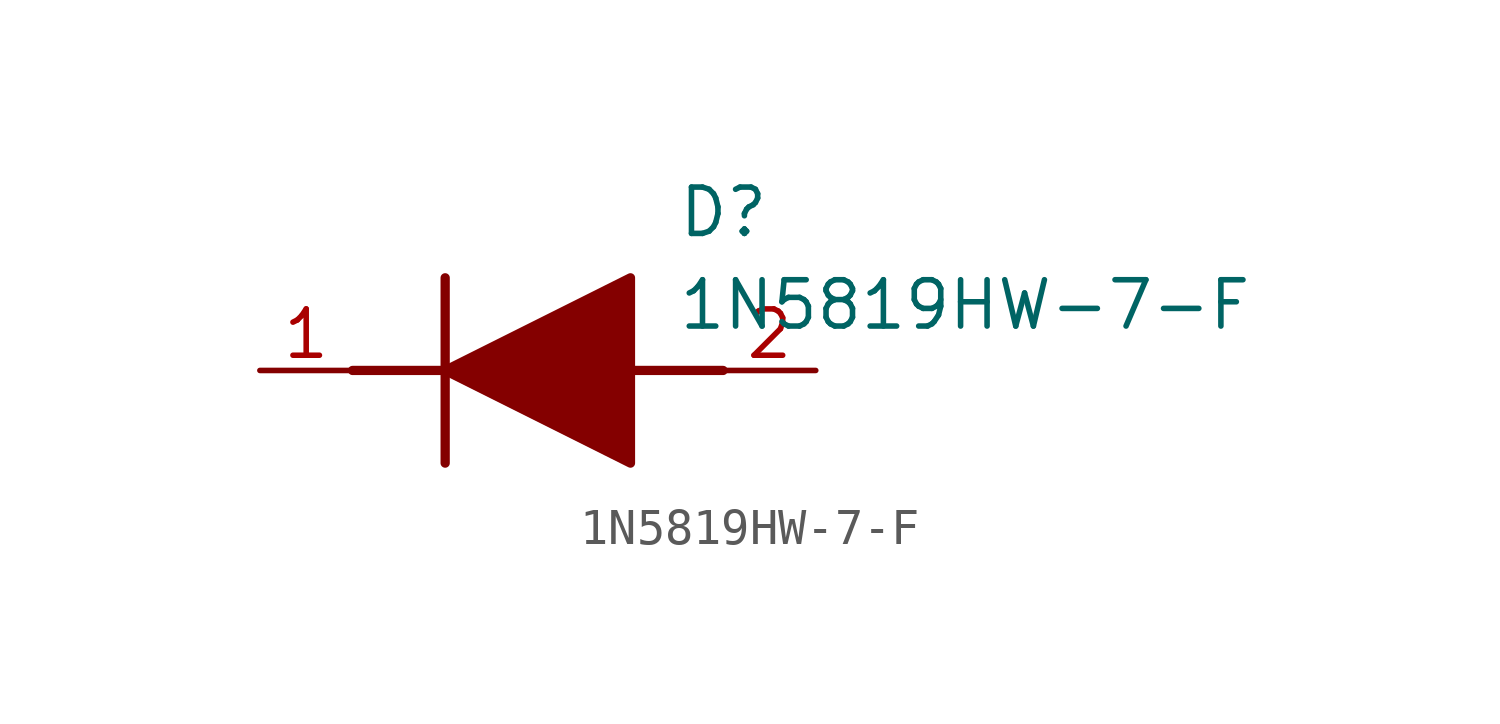
<source format=kicad_sym>
(kicad_symbol_lib
  (version 20241209)
  (generator "kicad_symbol_editor")
  (generator_version "9.0")
  (symbol "1N5819HW-7-F"
    (pin_names
      (hide yes))
    (property "Reference" "D"
      (at 11.43 5.08 0)
      (effects (font (size 1.27 1.27)) (justify left top)))
    (property "Value" "1N5819HW-7-F"
      (at 11.43 2.54 0)
      (effects (font (size 1.27 1.27)) (justify left top)))
    (symbol "1N5819HW-7-F_1_1"
      (polyline (pts (xy 2.54 0) (xy 5.08 0)) (stroke (width 0.254) (type default)) (fill (type none)))
      (polyline (pts (xy 5.08 2.54) (xy 5.08 -2.54)) (stroke (width 0.254) (type default)) (fill (type none)))
      (polyline (pts (xy 5.08 0) (xy 10.16 2.54) (xy 10.16 -2.54) (xy 5.08 0)) (stroke (width 0.254) (type default)) (fill (type outline)))
      (polyline (pts (xy 10.16 0) (xy 12.7 0)) (stroke (width 0.254) (type default)) (fill (type none)))
      (pin passive line (at 0 0 0) (length 2.54) (name "K" (effects (font (size 1.27 1.27)))) (number "1" (effects (font (size 1.27 1.27)))))
      (pin passive line (at 15.24 0 180) (length 2.54) (name "A" (effects (font (size 1.27 1.27)))) (number "2" (effects (font (size 1.27 1.27))))))))
</source>
